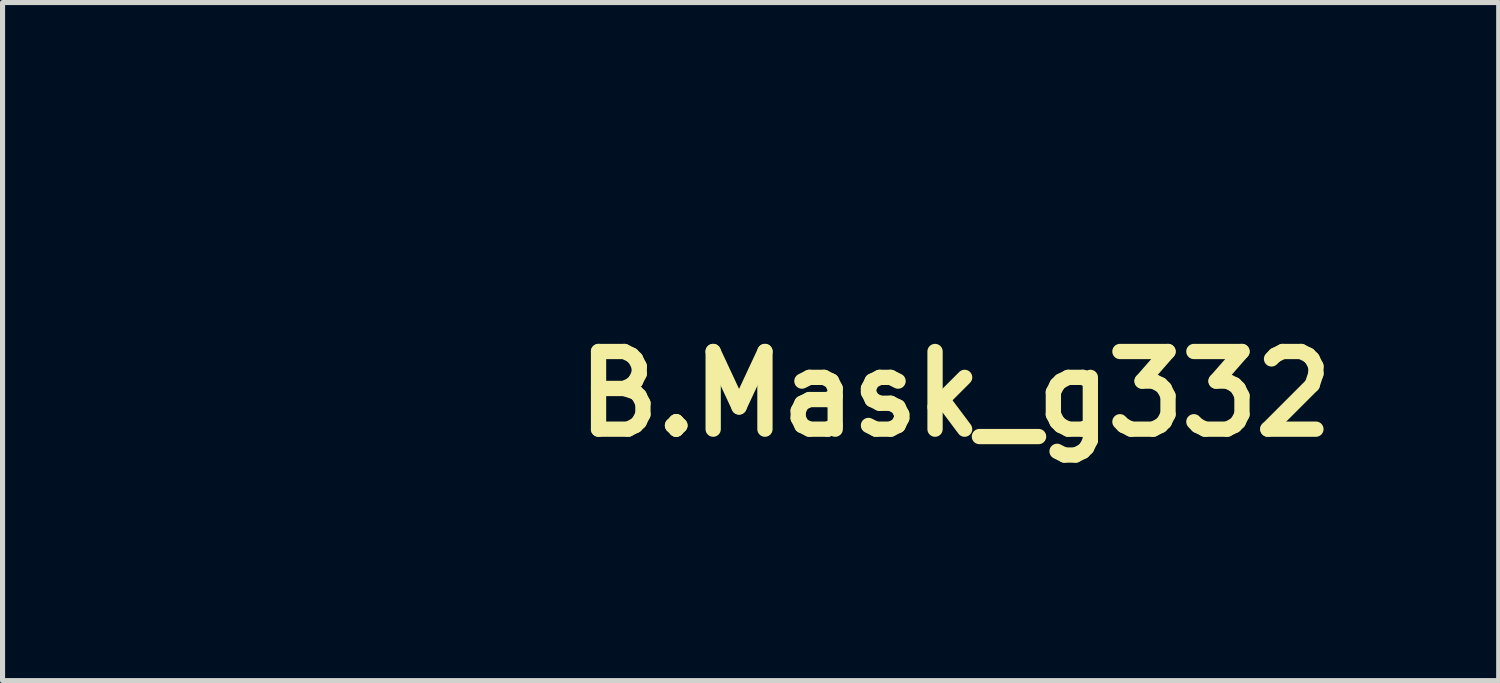
<source format=kicad_pcb>
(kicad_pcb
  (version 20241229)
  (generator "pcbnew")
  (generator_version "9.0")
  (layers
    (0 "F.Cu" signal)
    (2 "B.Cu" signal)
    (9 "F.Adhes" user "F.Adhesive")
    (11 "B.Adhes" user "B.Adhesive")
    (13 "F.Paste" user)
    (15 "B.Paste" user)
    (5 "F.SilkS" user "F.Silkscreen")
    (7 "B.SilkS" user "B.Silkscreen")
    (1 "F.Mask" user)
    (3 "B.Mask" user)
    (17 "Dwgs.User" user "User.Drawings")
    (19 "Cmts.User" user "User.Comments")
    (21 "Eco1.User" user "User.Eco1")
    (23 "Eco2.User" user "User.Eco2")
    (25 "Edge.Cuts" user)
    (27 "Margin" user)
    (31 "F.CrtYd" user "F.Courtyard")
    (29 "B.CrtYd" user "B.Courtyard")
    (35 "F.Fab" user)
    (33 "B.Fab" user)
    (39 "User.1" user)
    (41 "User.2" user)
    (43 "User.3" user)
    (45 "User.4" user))
  (footprint "B.Mask_g332"
    (layer "F.Cu")
    (at 15.7 4.683)
    (property "Reference" "B.Mask_g332" (at 0 0 0) (layer "F.SilkS") (effects (font (size 1.524 1.524) (thickness 0.3))))
    (attr through_hole)
    (fp_poly (pts (xy -14.086 -0.968) (xy -13.709 -1.566) (xy -13.356 -1.566) (xy -13.356 -0.466) (xy -13.63 -0.466) (xy -13.636 -0.814) (xy -13.642 -1.162) (xy -13.854 -0.815) (xy -14.065 -0.467) (xy -14.372 -0.466) (xy -14.372 -1.566) (xy -14.098 -1.566) (xy -14.086 -0.968)) (stroke (width 0.01) (type solid)) (fill yes) (layer "B.Mask"))
    (fp_poly (pts (xy -12.488 -1.355) (xy -12.679 -1.355) (xy -12.679 -0.677) (xy -12.488 -0.677) (xy -12.488 -0.466) (xy -13.145 -0.466) (xy -13.145 -0.677) (xy -12.975 -0.677) (xy -12.975 -1.355) (xy -13.145 -1.355) (xy -13.145 -1.566) (xy -12.488 -1.566) (xy -12.488 -1.355)) (stroke (width 0.01) (type solid)) (fill yes) (layer "B.Mask"))
    (fp_poly (pts (xy 5.609 -3.408) (xy 6.249 -3.403) (xy 6.89 -3.397) (xy 6.895 -2.778) (xy 6.901 -2.159) (xy 5.609 -2.159) (xy 5.609 -0.889) (xy 4.381 -0.889) (xy 4.381 -2.159) (xy 3.111 -2.159) (xy 3.111 -3.408) (xy 4.381 -3.408) (xy 4.381 -4.678) (xy 5.609 -4.678) (xy 5.609 -3.408)) (stroke (width 0.01) (type solid)) (fill yes) (layer "B.Mask"))
    (fp_poly (pts (xy -12.044 1.016) (xy -12.432 1.016) (xy -12.556 1.015) (xy -12.665 1.013) (xy -12.753 1.01) (xy -12.811 1.006) (xy -12.834 1.002) (xy -12.842 0.974) (xy -12.847 0.919) (xy -12.848 0.885) (xy -12.848 0.783) (xy -12.34 0.783) (xy -12.34 0.529) (xy -12.806 0.529) (xy -12.806 0.296) (xy -12.34 0.296) (xy -12.34 0.127) (xy -12.848 0.127) (xy -12.848 -0.106) (xy -12.044 -0.106) (xy -12.044 1.016)) (stroke (width 0.01) (type solid)) (fill yes) (layer "B.Mask"))
    (fp_poly (pts (xy -11.012 0.449) (xy -11.017 1.005) (xy -11.41 1.011) (xy -11.535 1.012) (xy -11.645 1.012) (xy -11.734 1.01) (xy -11.793 1.007) (xy -11.818 1.002) (xy -11.826 0.974) (xy -11.831 0.919) (xy -11.832 0.885) (xy -11.832 0.783) (xy -11.324 0.783) (xy -11.324 0.529) (xy -11.79 0.529) (xy -11.79 0.296) (xy -11.324 0.296) (xy -11.324 0.127) (xy -11.834 0.127) (xy -11.822 -0.095) (xy -11.414 -0.101) (xy -11.006 -0.107) (xy -11.012 0.449)) (stroke (width 0.01) (type solid)) (fill yes) (layer "B.Mask"))
    (fp_poly (pts (xy -14.953 1.497) (xy -14.847 1.513) (xy -14.811 1.521) (xy -14.711 1.551) (xy -14.711 1.671) (xy -14.713 1.739) (xy -14.718 1.788) (xy -14.723 1.804) (xy -14.747 1.803) (xy -14.797 1.786) (xy -14.845 1.766) (xy -14.956 1.726) (xy -15.051 1.716) (xy -15.127 1.733) (xy -15.177 1.777) (xy -15.197 1.847) (xy -15.198 1.857) (xy -15.189 1.92) (xy -15.16 1.985) (xy -15.108 2.056) (xy -15.029 2.138) (xy -14.92 2.234) (xy -14.78 2.347) (xy -14.726 2.392) (xy -14.7 2.429) (xy -14.69 2.476) (xy -14.69 2.51) (xy -14.69 2.603) (xy -15.557 2.603) (xy -15.557 2.392) (xy -15.088 2.392) (xy -15.191 2.31) (xy -15.324 2.19) (xy -15.423 2.069) (xy -15.486 1.95) (xy -15.514 1.836) (xy -15.505 1.731) (xy -15.459 1.636) (xy -15.376 1.556) (xy -15.344 1.535) (xy -15.276 1.51) (xy -15.18 1.496) (xy -15.068 1.491) (xy -14.953 1.497)) (stroke (width 0.01) (type solid)) (fill yes) (layer "B.Mask"))
    (fp_poly (pts (xy -10.075 -0.466) (xy -10.388 -0.467) (xy -10.553 -0.47) (xy -10.677 -0.478) (xy -10.76 -0.49) (xy -10.782 -0.497) (xy -10.904 -0.562) (xy -11.008 -0.659) (xy -11.07 -0.753) (xy -11.1 -0.822) (xy -11.117 -0.892) (xy -11.123 -0.979) (xy -11.123 -0.98) (xy -10.811 -0.98) (xy -10.802 -0.895) (xy -10.785 -0.838) (xy -10.753 -0.793) (xy -10.752 -0.792) (xy -10.657 -0.719) (xy -10.541 -0.682) (xy -10.483 -0.678) (xy -10.393 -0.677) (xy -10.393 -1.333) (xy -10.493 -1.333) (xy -10.616 -1.318) (xy -10.709 -1.271) (xy -10.773 -1.195) (xy -10.807 -1.089) (xy -10.811 -0.98) (xy -11.123 -0.98) (xy -11.123 -1.015) (xy -11.12 -1.107) (xy -11.11 -1.175) (xy -11.087 -1.236) (xy -11.062 -1.285) (xy -10.973 -1.403) (xy -10.853 -1.493) (xy -10.784 -1.526) (xy -10.741 -1.536) (xy -10.665 -1.545) (xy -10.565 -1.553) (xy -10.45 -1.559) (xy -10.398 -1.561) (xy -10.075 -1.571) (xy -10.075 -0.466)) (stroke (width 0.01) (type solid)) (fill yes) (layer "B.Mask"))
    (fp_poly (pts (xy -13.882 1.496) (xy -13.774 1.515) (xy -13.732 1.527) (xy -13.652 1.552) (xy -13.652 1.686) (xy -13.654 1.755) (xy -13.657 1.804) (xy -13.661 1.82) (xy -13.683 1.812) (xy -13.732 1.791) (xy -13.783 1.768) (xy -13.86 1.738) (xy -13.937 1.719) (xy -13.975 1.715) (xy -14.058 1.731) (xy -14.113 1.775) (xy -14.137 1.842) (xy -14.127 1.923) (xy -14.109 1.964) (xy -14.075 2.012) (xy -14.015 2.079) (xy -13.938 2.157) (xy -13.85 2.238) (xy -13.759 2.316) (xy -13.732 2.338) (xy -13.675 2.386) (xy -13.645 2.423) (xy -13.633 2.464) (xy -13.631 2.511) (xy -13.631 2.603) (xy -14.499 2.603) (xy -14.499 2.392) (xy -14.031 2.392) (xy -14.16 2.284) (xy -14.293 2.159) (xy -14.385 2.038) (xy -14.437 1.919) (xy -14.45 1.8) (xy -14.445 1.75) (xy -14.409 1.655) (xy -14.339 1.575) (xy -14.245 1.517) (xy -14.202 1.502) (xy -14.113 1.489) (xy -14.001 1.487) (xy -13.882 1.496)) (stroke (width 0.01) (type solid)) (fill yes) (layer "B.Mask"))
    (fp_poly (pts (xy -11.799 1.497) (xy -11.707 1.505) (xy -11.636 1.518) (xy -11.626 1.52) (xy -11.536 1.547) (xy -11.536 1.684) (xy -11.537 1.753) (xy -11.541 1.803) (xy -11.546 1.82) (xy -11.57 1.811) (xy -11.616 1.788) (xy -11.636 1.778) (xy -11.748 1.732) (xy -11.848 1.717) (xy -11.93 1.734) (xy -11.989 1.783) (xy -11.993 1.788) (xy -12.014 1.856) (xy -11.997 1.937) (xy -11.94 2.029) (xy -11.844 2.135) (xy -11.709 2.253) (xy -11.652 2.297) (xy -11.578 2.355) (xy -11.532 2.395) (xy -11.506 2.428) (xy -11.496 2.461) (xy -11.494 2.503) (xy -11.493 2.511) (xy -11.493 2.603) (xy -12.383 2.603) (xy -12.383 2.392) (xy -11.909 2.392) (xy -12.003 2.313) (xy -12.126 2.202) (xy -12.216 2.104) (xy -12.275 2.012) (xy -12.308 1.92) (xy -12.319 1.821) (xy -12.319 1.816) (xy -12.305 1.7) (xy -12.262 1.612) (xy -12.189 1.549) (xy -12.083 1.51) (xy -11.942 1.494) (xy -11.896 1.493) (xy -11.799 1.497)) (stroke (width 0.01) (type solid)) (fill yes) (layer "B.Mask"))
    (fp_poly (pts (xy -8.033 -1.566) (xy -7.837 -1.032) (xy -7.785 -0.89) (xy -7.738 -0.761) (xy -7.699 -0.65) (xy -7.668 -0.563) (xy -7.648 -0.505) (xy -7.641 -0.482) (xy -7.641 -0.482) (xy -7.661 -0.474) (xy -7.711 -0.468) (xy -7.783 -0.466) (xy -7.788 -0.466) (xy -7.934 -0.466) (xy -7.969 -0.572) (xy -8.004 -0.677) (xy -8.396 -0.677) (xy -8.427 -0.577) (xy -8.458 -0.476) (xy -8.619 -0.47) (xy -8.781 -0.464) (xy -8.68 -0.735) (xy -8.631 -0.867) (xy -8.614 -0.913) (xy -8.308 -0.913) (xy -8.296 -0.894) (xy -8.266 -0.889) (xy -8.215 -0.889) (xy -8.201 -0.889) (xy -8.13 -0.892) (xy -8.095 -0.901) (xy -8.091 -0.915) (xy -8.102 -0.948) (xy -8.122 -1.008) (xy -8.147 -1.083) (xy -8.149 -1.09) (xy -8.198 -1.237) (xy -8.245 -1.111) (xy -8.281 -1.014) (xy -8.303 -0.95) (xy -8.308 -0.913) (xy -8.614 -0.913) (xy -8.575 -1.018) (xy -8.519 -1.17) (xy -8.476 -1.286) (xy -8.373 -1.566) (xy -8.033 -1.566)) (stroke (width 0.01) (type solid)) (fill yes) (layer "B.Mask"))
    (fp_poly (pts (xy -13.06 1.016) (xy -13.356 1.016) (xy -13.356 0.828) (xy -13.358 0.729) (xy -13.365 0.664) (xy -13.378 0.626) (xy -13.388 0.613) (xy -13.418 0.595) (xy -13.428 0.595) (xy -13.442 0.614) (xy -13.477 0.661) (xy -13.526 0.727) (xy -13.586 0.808) (xy -13.587 0.81) (xy -13.739 1.016) (xy -13.918 1.016) (xy -13.999 1.015) (xy -14.061 1.011) (xy -14.094 1.006) (xy -14.097 1.004) (xy -14.085 0.984) (xy -14.051 0.936) (xy -14 0.867) (xy -13.937 0.782) (xy -13.892 0.724) (xy -13.821 0.631) (xy -13.759 0.549) (xy -13.71 0.484) (xy -13.679 0.444) (xy -13.671 0.433) (xy -13.678 0.41) (xy -13.71 0.36) (xy -13.763 0.288) (xy -13.833 0.201) (xy -13.865 0.162) (xy -13.938 0.075) (xy -13.999 0.000491) (xy -14.046 -0.057) (xy -14.072 -0.09) (xy -14.076 -0.097) (xy -14.056 -0.101) (xy -14.004 -0.104) (xy -13.93 -0.105) (xy -13.901 -0.105) (xy -13.727 -0.103) (xy -13.547 0.129) (xy -13.367 0.36) (xy -13.361 0.127) (xy -13.355 -0.106) (xy -13.06 -0.106) (xy -13.06 1.016)) (stroke (width 0.01) (type solid)) (fill yes) (layer "B.Mask"))
    (fp_poly (pts (xy -8.911 -0.466) (xy -9.207 -0.466) (xy -9.207 -0.847) (xy -9.269 -0.847) (xy -9.3 -0.842) (xy -9.33 -0.825) (xy -9.367 -0.789) (xy -9.417 -0.729) (xy -9.472 -0.656) (xy -9.614 -0.466) (xy -9.792 -0.466) (xy -9.872 -0.467) (xy -9.934 -0.471) (xy -9.967 -0.476) (xy -9.97 -0.478) (xy -9.957 -0.498) (xy -9.923 -0.545) (xy -9.873 -0.612) (xy -9.812 -0.692) (xy -9.801 -0.705) (xy -9.632 -0.921) (xy -9.695 -0.97) (xy -9.775 -1.057) (xy -9.819 -1.167) (xy -9.824 -1.214) (xy -9.525 -1.214) (xy -9.507 -1.147) (xy -9.454 -1.103) (xy -9.367 -1.081) (xy -9.324 -1.079) (xy -9.207 -1.079) (xy -9.207 -1.333) (xy -9.328 -1.333) (xy -9.428 -1.323) (xy -9.493 -1.293) (xy -9.522 -1.24) (xy -9.525 -1.214) (xy -9.824 -1.214) (xy -9.828 -1.253) (xy -9.814 -1.355) (xy -9.766 -1.438) (xy -9.681 -1.508) (xy -9.671 -1.513) (xy -9.638 -1.53) (xy -9.6 -1.542) (xy -9.547 -1.55) (xy -9.473 -1.556) (xy -9.371 -1.56) (xy -9.255 -1.563) (xy -8.911 -1.57) (xy -8.911 -0.466)) (stroke (width 0.01) (type solid)) (fill yes) (layer "B.Mask"))
    (fp_poly (pts (xy -7.752 2.037) (xy -7.7 2.179) (xy -7.653 2.308) (xy -7.613 2.419) (xy -7.583 2.506) (xy -7.563 2.564) (xy -7.556 2.588) (xy -7.556 2.588) (xy -7.576 2.595) (xy -7.627 2.601) (xy -7.699 2.603) (xy -7.703 2.603) (xy -7.849 2.603) (xy -7.92 2.392) (xy -8.311 2.392) (xy -8.342 2.492) (xy -8.373 2.593) (xy -8.526 2.599) (xy -8.6 2.6) (xy -8.655 2.597) (xy -8.679 2.59) (xy -8.679 2.589) (xy -8.672 2.565) (xy -8.652 2.507) (xy -8.622 2.42) (xy -8.583 2.309) (xy -8.536 2.18) (xy -8.528 2.157) (xy -8.223 2.157) (xy -8.211 2.175) (xy -8.181 2.18) (xy -8.13 2.18) (xy -8.119 2.18) (xy -8.055 2.178) (xy -8.012 2.171) (xy -8.001 2.164) (xy -8.008 2.138) (xy -8.026 2.083) (xy -8.051 2.01) (xy -8.057 1.993) (xy -8.114 1.838) (xy -8.16 1.961) (xy -8.196 2.058) (xy -8.218 2.121) (xy -8.223 2.157) (xy -8.528 2.157) (xy -8.484 2.038) (xy -8.484 2.037) (xy -8.288 1.503) (xy -7.947 1.503) (xy -7.752 2.037)) (stroke (width 0.01) (type solid)) (fill yes) (layer "B.Mask"))
    (fp_poly (pts (xy -11.998 -1.165) (xy -11.995 -1.025) (xy -11.992 -0.92) (xy -11.988 -0.846) (xy -11.983 -0.795) (xy -11.974 -0.761) (xy -11.962 -0.738) (xy -11.947 -0.719) (xy -11.943 -0.715) (xy -11.88 -0.677) (xy -11.803 -0.664) (xy -11.726 -0.675) (xy -11.667 -0.71) (xy -11.661 -0.717) (xy -11.647 -0.738) (xy -11.636 -0.765) (xy -11.629 -0.804) (xy -11.624 -0.862) (xy -11.622 -0.945) (xy -11.621 -1.059) (xy -11.62 -1.167) (xy -11.62 -1.566) (xy -11.3 -1.566) (xy -11.307 -1.148) (xy -11.31 -0.982) (xy -11.317 -0.852) (xy -11.327 -0.752) (xy -11.343 -0.677) (xy -11.367 -0.62) (xy -11.399 -0.576) (xy -11.442 -0.537) (xy -11.479 -0.512) (xy -11.523 -0.486) (xy -11.567 -0.468) (xy -11.623 -0.458) (xy -11.702 -0.452) (xy -11.777 -0.449) (xy -11.884 -0.448) (xy -11.961 -0.451) (xy -12.018 -0.462) (xy -12.068 -0.48) (xy -12.076 -0.483) (xy -12.143 -0.519) (xy -12.195 -0.56) (xy -12.235 -0.61) (xy -12.263 -0.676) (xy -12.281 -0.764) (xy -12.292 -0.878) (xy -12.297 -1.024) (xy -12.298 -1.163) (xy -12.298 -1.566) (xy -12.005 -1.566) (xy -11.998 -1.165)) (stroke (width 0.01) (type solid)) (fill yes) (layer "B.Mask"))
    (fp_poly (pts (xy -14.973 -1.57) (xy -14.834 -1.518) (xy -14.721 -1.436) (xy -14.637 -1.324) (xy -14.584 -1.186) (xy -14.567 -1.077) (xy -14.571 -0.903) (xy -14.607 -0.755) (xy -14.675 -0.633) (xy -14.775 -0.539) (xy -14.84 -0.5) (xy -14.908 -0.47) (xy -14.972 -0.453) (xy -15.049 -0.446) (xy -15.122 -0.445) (xy -15.216 -0.45) (xy -15.304 -0.46) (xy -15.37 -0.474) (xy -15.375 -0.476) (xy -15.47 -0.527) (xy -15.559 -0.608) (xy -15.63 -0.704) (xy -15.658 -0.761) (xy -15.684 -0.867) (xy -15.694 -0.995) (xy -15.389 -0.995) (xy -15.372 -0.88) (xy -15.353 -0.824) (xy -15.302 -0.742) (xy -15.229 -0.687) (xy -15.146 -0.661) (xy -15.06 -0.669) (xy -14.983 -0.711) (xy -14.981 -0.713) (xy -14.922 -0.794) (xy -14.888 -0.907) (xy -14.88 -1.015) (xy -14.894 -1.145) (xy -14.934 -1.246) (xy -15 -1.315) (xy -15.089 -1.35) (xy -15.141 -1.355) (xy -15.225 -1.335) (xy -15.295 -1.283) (xy -15.347 -1.204) (xy -15.379 -1.105) (xy -15.389 -0.995) (xy -15.694 -0.995) (xy -15.695 -1.002) (xy -15.695 -1.017) (xy -15.676 -1.181) (xy -15.625 -1.32) (xy -15.543 -1.433) (xy -15.432 -1.517) (xy -15.295 -1.57) (xy -15.135 -1.587) (xy -15.135 -1.587) (xy -14.973 -1.57)) (stroke (width 0.01) (type solid)) (fill yes) (layer "B.Mask"))
    (fp_poly (pts (xy -9.264 1.491) (xy -9.111 1.528) (xy -8.983 1.596) (xy -8.882 1.693) (xy -8.812 1.818) (xy -8.773 1.969) (xy -8.77 1.997) (xy -8.773 2.157) (xy -8.81 2.302) (xy -8.881 2.426) (xy -8.981 2.525) (xy -9.047 2.567) (xy -9.126 2.594) (xy -9.234 2.611) (xy -9.358 2.619) (xy -9.487 2.617) (xy -9.608 2.605) (xy -9.678 2.59) (xy -9.8 2.557) (xy -9.8 1.99) (xy -9.292 1.99) (xy -9.292 2.223) (xy -9.504 2.223) (xy -9.504 2.413) (xy -9.424 2.413) (xy -9.328 2.397) (xy -9.234 2.355) (xy -9.156 2.294) (xy -9.119 2.244) (xy -9.092 2.163) (xy -9.081 2.065) (xy -9.087 1.967) (xy -9.109 1.89) (xy -9.11 1.888) (xy -9.147 1.833) (xy -9.196 1.779) (xy -9.197 1.778) (xy -9.232 1.75) (xy -9.271 1.734) (xy -9.328 1.727) (xy -9.407 1.725) (xy -9.494 1.727) (xy -9.556 1.737) (xy -9.612 1.76) (xy -9.671 1.794) (xy -9.731 1.83) (xy -9.774 1.855) (xy -9.791 1.863) (xy -9.796 1.843) (xy -9.799 1.792) (xy -9.8 1.721) (xy -9.8 1.716) (xy -9.8 1.57) (xy -9.7 1.535) (xy -9.626 1.515) (xy -9.531 1.498) (xy -9.439 1.488) (xy -9.264 1.491)) (stroke (width 0.01) (type solid)) (fill yes) (layer "B.Mask"))
    (fp_poly (pts (xy -12.868 1.49) (xy -12.756 1.523) (xy -12.662 1.579) (xy -12.607 1.641) (xy -12.562 1.736) (xy -12.531 1.86) (xy -12.515 2.001) (xy -12.516 2.132) (xy -12.537 2.288) (xy -12.577 2.41) (xy -12.637 2.503) (xy -12.691 2.553) (xy -12.735 2.583) (xy -12.778 2.602) (xy -12.832 2.613) (xy -12.91 2.618) (xy -12.952 2.62) (xy -13.051 2.62) (xy -13.12 2.615) (xy -13.173 2.601) (xy -13.212 2.583) (xy -13.299 2.518) (xy -13.363 2.429) (xy -13.404 2.312) (xy -13.424 2.164) (xy -13.425 2.128) (xy -13.122 2.128) (xy -13.116 2.233) (xy -13.098 2.308) (xy -13.069 2.361) (xy -13.059 2.372) (xy -13.005 2.408) (xy -12.944 2.407) (xy -12.923 2.4) (xy -12.878 2.365) (xy -12.847 2.298) (xy -12.829 2.197) (xy -12.823 2.057) (xy -12.823 2.052) (xy -12.828 1.917) (xy -12.843 1.82) (xy -12.869 1.756) (xy -12.91 1.721) (xy -12.968 1.711) (xy -12.996 1.714) (xy -13.035 1.731) (xy -13.069 1.758) (xy -13.09 1.787) (xy -13.104 1.831) (xy -13.114 1.899) (xy -13.119 1.988) (xy -13.122 2.128) (xy -13.425 2.128) (xy -13.426 2.064) (xy -13.421 1.916) (xy -13.403 1.801) (xy -13.37 1.709) (xy -13.32 1.631) (xy -13.302 1.61) (xy -13.215 1.542) (xy -13.107 1.5) (xy -12.988 1.483) (xy -12.868 1.49)) (stroke (width 0.01) (type solid)) (fill yes) (layer "B.Mask"))
    (fp_poly (pts (xy -10.398 1.49) (xy -10.263 1.517) (xy -10.151 1.568) (xy -10.065 1.639) (xy -10.01 1.729) (xy -9.991 1.837) (xy -9.991 1.839) (xy -10.007 1.946) (xy -10.058 2.034) (xy -10.144 2.105) (xy -10.267 2.161) (xy -10.429 2.202) (xy -10.429 2.202) (xy -10.524 2.229) (xy -10.588 2.264) (xy -10.617 2.303) (xy -10.61 2.342) (xy -10.565 2.378) (xy -10.528 2.393) (xy -10.424 2.407) (xy -10.301 2.391) (xy -10.169 2.346) (xy -10.129 2.327) (xy -10.065 2.295) (xy -10.018 2.273) (xy -9.998 2.265) (xy -9.994 2.284) (xy -9.992 2.335) (xy -9.991 2.407) (xy -9.991 2.409) (xy -9.991 2.554) (xy -10.07 2.581) (xy -10.148 2.598) (xy -10.251 2.611) (xy -10.365 2.617) (xy -10.478 2.617) (xy -10.577 2.61) (xy -10.649 2.597) (xy -10.656 2.594) (xy -10.762 2.544) (xy -10.838 2.48) (xy -10.894 2.391) (xy -10.927 2.283) (xy -10.919 2.177) (xy -10.871 2.081) (xy -10.846 2.051) (xy -10.78 2.003) (xy -10.68 1.958) (xy -10.557 1.92) (xy -10.442 1.895) (xy -10.378 1.877) (xy -10.327 1.849) (xy -10.319 1.842) (xy -10.297 1.811) (xy -10.302 1.786) (xy -10.328 1.759) (xy -10.391 1.723) (xy -10.479 1.709) (xy -10.582 1.718) (xy -10.689 1.748) (xy -10.739 1.769) (xy -10.799 1.798) (xy -10.845 1.816) (xy -10.86 1.82) (xy -10.87 1.801) (xy -10.877 1.751) (xy -10.88 1.684) (xy -10.88 1.548) (xy -10.718 1.512) (xy -10.551 1.488) (xy -10.398 1.49)) (stroke (width 0.01) (type solid)) (fill yes) (layer "B.Mask"))
    (fp_poly (pts (xy -10.047 -0.101) (xy -9.898 -0.095) (xy -9.808 0.24) (xy -9.777 0.353) (xy -9.75 0.451) (xy -9.729 0.526) (xy -9.714 0.573) (xy -9.71 0.584) (xy -9.703 0.568) (xy -9.689 0.517) (xy -9.67 0.44) (xy -9.649 0.344) (xy -9.644 0.322) (xy -9.62 0.213) (xy -9.597 0.111) (xy -9.578 0.028) (xy -9.566 -0.025) (xy -9.565 -0.026) (xy -9.545 -0.106) (xy -9.397 -0.106) (xy -9.318 -0.104) (xy -9.272 -0.098) (xy -9.253 -0.085) (xy -9.25 -0.072) (xy -9.255 -0.044) (xy -9.27 0.019) (xy -9.293 0.108) (xy -9.321 0.218) (xy -9.353 0.34) (xy -9.388 0.47) (xy -9.423 0.599) (xy -9.456 0.72) (xy -9.486 0.828) (xy -9.511 0.914) (xy -9.528 0.973) (xy -9.537 0.997) (xy -9.562 1.006) (xy -9.619 1.013) (xy -9.694 1.016) (xy -9.703 1.016) (xy -9.856 1.016) (xy -9.948 0.674) (xy -10.041 0.333) (xy -10.067 0.426) (xy -10.083 0.484) (xy -10.107 0.57) (xy -10.135 0.673) (xy -10.161 0.767) (xy -10.229 1.016) (xy -10.384 1.016) (xy -10.46 1.014) (xy -10.519 1.008) (xy -10.549 0.999) (xy -10.55 0.998) (xy -10.559 0.971) (xy -10.577 0.911) (xy -10.602 0.823) (xy -10.632 0.715) (xy -10.665 0.593) (xy -10.7 0.464) (xy -10.734 0.335) (xy -10.767 0.212) (xy -10.795 0.103) (xy -10.817 0.014) (xy -10.832 -0.047) (xy -10.837 -0.075) (xy -10.828 -0.092) (xy -10.794 -0.102) (xy -10.728 -0.106) (xy -10.692 -0.106) (xy -10.546 -0.106) (xy -10.48 0.175) (xy -10.454 0.285) (xy -10.431 0.386) (xy -10.413 0.468) (xy -10.401 0.521) (xy -10.4 0.526) (xy -10.393 0.559) (xy -10.384 0.574) (xy -10.374 0.566) (xy -10.36 0.532) (xy -10.341 0.468) (xy -10.315 0.372) (xy -10.282 0.238) (xy -10.277 0.216) (xy -10.197 -0.108) (xy -10.047 -0.101)) (stroke (width 0.01) (type solid)) (fill yes) (layer "B.Mask")))
  (gr_rect
    (start -3 -3)
    (end 26.363 10.308)
    (stroke (width 0.1) (type default))
    (fill no)
    (layer "Edge.Cuts")))
</source>
